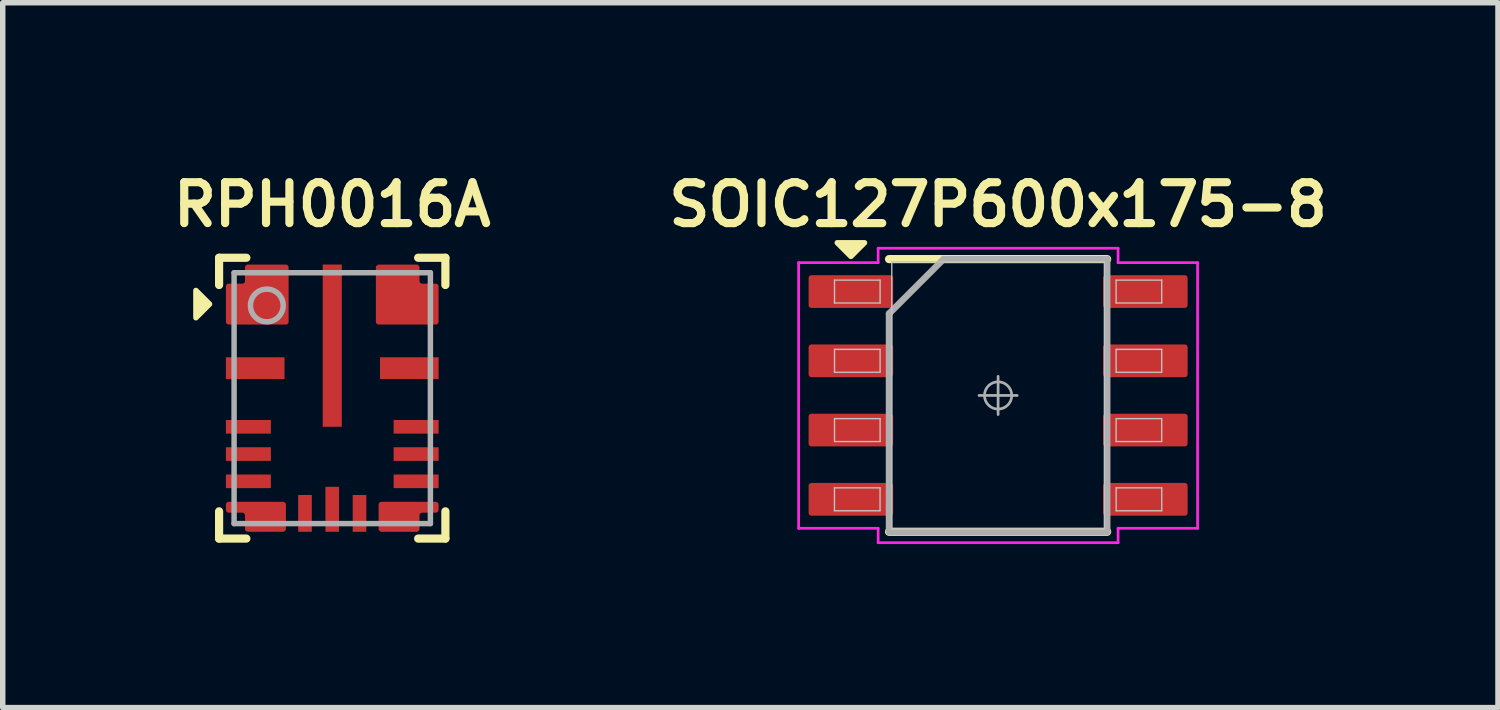
<source format=kicad_pcb>
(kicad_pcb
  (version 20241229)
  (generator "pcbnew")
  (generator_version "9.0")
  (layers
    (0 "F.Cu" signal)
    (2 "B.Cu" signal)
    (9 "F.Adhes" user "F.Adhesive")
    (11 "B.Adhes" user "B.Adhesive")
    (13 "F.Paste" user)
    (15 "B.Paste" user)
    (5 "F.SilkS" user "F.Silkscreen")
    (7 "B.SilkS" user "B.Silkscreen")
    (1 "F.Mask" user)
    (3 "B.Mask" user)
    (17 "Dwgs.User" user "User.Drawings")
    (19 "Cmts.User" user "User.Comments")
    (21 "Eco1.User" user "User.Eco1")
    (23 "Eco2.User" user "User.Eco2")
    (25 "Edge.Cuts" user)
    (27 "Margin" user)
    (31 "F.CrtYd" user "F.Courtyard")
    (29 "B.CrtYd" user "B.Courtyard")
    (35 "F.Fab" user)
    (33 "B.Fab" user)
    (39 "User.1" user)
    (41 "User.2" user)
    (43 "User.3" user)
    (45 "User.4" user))
  (footprint "RPH0016A"
    (layer "F.Cu")
    (at 3.043 4.252)
    (property "Reference" "RPH0016A" (at 0 -3.55 0) (unlocked yes) (layer "F.SilkS") (effects (font (size 0.75 0.75) (thickness 0.15) (bold yes))))
    (attr smd)
    (fp_line (start -2.075 -2.575) (end -2.075 -2.075) (stroke (width 0.15) (type solid)) (layer "F.SilkS"))
    (fp_line (start -2.075 2.075) (end -2.075 2.575) (stroke (width 0.15) (type solid)) (layer "F.SilkS"))
    (fp_line (start -2.075 2.575) (end -1.575 2.575) (stroke (width 0.15) (type solid)) (layer "F.SilkS"))
    (fp_line (start -1.575 -2.575) (end -2.075 -2.575) (stroke (width 0.15) (type solid)) (layer "F.SilkS"))
    (fp_line (start 1.575 2.575) (end 2.075 2.575) (stroke (width 0.15) (type solid)) (layer "F.SilkS"))
    (fp_line (start 2.075 -2.575) (end 1.575 -2.575) (stroke (width 0.15) (type solid)) (layer "F.SilkS"))
    (fp_line (start 2.075 -2.075) (end 2.075 -2.575) (stroke (width 0.15) (type solid)) (layer "F.SilkS"))
    (fp_line (start 2.075 2.575) (end 2.075 2.075) (stroke (width 0.15) (type solid)) (layer "F.SilkS"))
    (fp_poly (pts (xy -2.25 -1.725) (xy -2.5 -1.475) (xy -2.5 -1.975)) (stroke (width 0.1) (type solid)) (fill yes) (layer "F.SilkS"))
    (fp_rect (start -1.9 1.95) (end -0.9 2.05) (stroke (width 0.1) (type solid)) (fill yes) (layer "F.Paste"))
    (fp_rect (start -1.79 -1.99) (end -0.85 -1.4) (stroke (width 0.1) (type solid)) (fill yes) (layer "F.Paste"))
    (fp_rect (start -1.52 1.95) (end -0.9 2.35) (stroke (width 0.1) (type solid)) (fill yes) (layer "F.Paste"))
    (fp_rect (start -1.49 -2.34) (end -0.85 -1.4) (stroke (width 0.1) (type solid)) (fill yes) (layer "F.Paste"))
    (fp_rect (start 1.49 -2.34) (end 0.85 -1.4) (stroke (width 0.1) (type solid)) (fill yes) (layer "F.Paste"))
    (fp_rect (start 1.52 1.95) (end 0.9 2.35) (stroke (width 0.1) (type solid)) (fill yes) (layer "F.Paste"))
    (fp_rect (start 1.79 -1.99) (end 0.85 -1.4) (stroke (width 0.1) (type solid)) (fill yes) (layer "F.Paste"))
    (fp_rect (start 1.9 1.95) (end 0.9 2.05) (stroke (width 0.1) (type solid)) (fill yes) (layer "F.Paste"))
    (fp_line (start -1.8 -2.3) (end 1.8 -2.3) (stroke (width 0.1) (type solid)) (layer "F.Fab"))
    (fp_line (start -1.8 2.3) (end -1.8 -2.3) (stroke (width 0.1) (type solid)) (layer "F.Fab"))
    (fp_line (start -1.8 2.3) (end 1.8 2.3) (stroke (width 0.1) (type solid)) (layer "F.Fab"))
    (fp_line (start 1.8 2.3) (end 1.8 -2.3) (stroke (width 0.1) (type solid)) (layer "F.Fab"))
    (fp_circle (center -1.2 -1.7) (end -0.9 -1.7) (stroke (width 0.1) (type solid)) (fill no) (layer "F.Fab"))
    (pad "1" smd custom (at -1.375 -1.725) (size 0.75 0.75) (layers "F.Cu" "F.Mask") (options (anchor circle)) (primitives (gr_poly (pts (xy -0.575 -0.325) (xy -0.571 -0.344) (xy -0.56 -0.36) (xy -0.544 -0.371) (xy -0.525 -0.375) (xy 0.525 -0.375) (xy 0.544 -0.371) (xy 0.56 -0.36) (xy 0.571 -0.344) (xy 0.575 -0.325) (xy 0.575 0.325) (xy 0.571 0.344) (xy 0.56 0.36) (xy 0.544 0.371) (xy 0.525 0.375) (xy -0.525 0.375) (xy -0.544 0.371) (xy -0.56 0.36) (xy -0.571 0.344) (xy -0.575 0.325)) (width 0) (fill yes)) (gr_rect (start -0.175 -0.675) (end 0.525 0.325) (width 0.1) (fill yes)) (gr_poly (pts (xy -0.175 -0.425) (xy -0.175 -0.325) (xy -0.275 -0.325) (arc (start -0.275 -0.375) (mid -0.239645 -0.389645) (end -0.225 -0.425))) (width 0) (fill yes))))
    (pad "2" smd rect (at -1.413 -0.55) (size 1.075 0.4) (layers "F.Cu" "F.Mask" "F.Paste"))
    (pad "3" smd rect (at -1.538 0.525) (size 0.825 0.25) (layers "F.Cu" "F.Mask" "F.Paste"))
    (pad "4" smd rect (at -1.538 1.025) (size 0.825 0.25) (layers "F.Cu" "F.Mask" "F.Paste"))
    (pad "5" smd rect (at -1.538 1.525) (size 0.825 0.25) (layers "F.Cu" "F.Mask" "F.Paste"))
    (pad "6" smd custom (at -1.4 2) (size 0.2 0.2) (layers "F.Cu" "F.Mask") (options (anchor circle)) (primitives (gr_rect (start -0.15 -0.05) (end 0.5 0.4) (width 0.1) (fill yes)) (gr_poly (pts (xy -0.55 -0.05) (xy -0.546 -0.069) (xy -0.535 -0.085) (xy -0.519 -0.096) (xy -0.5 -0.1) (xy 0.5 -0.1) (xy 0.519 -0.096) (xy 0.535 -0.085) (xy 0.546 -0.069) (xy 0.55 -0.05) (xy 0.55 0.05) (xy 0.546 0.069) (xy 0.535 0.085) (xy 0.519 0.096) (xy 0.5 0.1) (xy -0.5 0.1) (xy -0.519 0.096) (xy -0.535 0.085) (xy -0.546 0.069) (xy -0.55 0.05)) (width 0) (fill yes)) (gr_poly (pts (xy -0.25 0.05) (xy -0.15 0.05) (xy -0.15 0.15) (arc (start -0.2 0.15) (mid -0.214645 0.114645) (end -0.25 0.1))) (width 0) (fill yes))))
    (pad "7" smd rect (at -0.5 2.113 90) (size 0.675 0.25) (layers "F.Cu" "F.Mask" "F.Paste"))
    (pad "8" smd rect (at 0 2.038 90) (size 0.825 0.25) (layers "F.Cu" "F.Mask" "F.Paste"))
    (pad "9" smd rect (at 0.5 2.113 90) (size 0.675 0.25) (layers "F.Cu" "F.Mask" "F.Paste"))
    (pad "10" smd custom (at 1.4 2) (size 0.2 0.2) (layers "F.Cu" "F.Mask") (options (anchor circle)) (primitives (gr_rect (start -0.5 -0.05) (end 0.15 0.4) (width 0.1) (fill yes)) (gr_poly (pts (xy 0.55 -0.05) (xy 0.546 -0.069) (xy 0.535 -0.085) (xy 0.519 -0.096) (xy 0.5 -0.1) (xy -0.5 -0.1) (xy -0.519 -0.096) (xy -0.535 -0.085) (xy -0.546 -0.069) (xy -0.55 -0.05) (xy -0.55 0.05) (xy -0.546 0.069) (xy -0.535 0.085) (xy -0.519 0.096) (xy -0.5 0.1) (xy 0.5 0.1) (xy 0.519 0.096) (xy 0.535 0.085) (xy 0.546 0.069) (xy 0.55 0.05)) (width 0) (fill yes)) (gr_poly (pts (xy 0.25 0.05) (xy 0.15 0.05) (xy 0.15 0.15) (arc (start 0.2 0.15) (mid 0.214645 0.114645) (end 0.25 0.1))) (width 0) (fill yes))))
    (pad "11" smd rect (at 1.538 1.525) (size 0.825 0.25) (layers "F.Cu" "F.Mask" "F.Paste"))
    (pad "12" smd rect (at 1.538 1.025) (size 0.825 0.25) (layers "F.Cu" "F.Mask" "F.Paste"))
    (pad "13" smd rect (at 1.538 0.525) (size 0.825 0.25) (layers "F.Cu" "F.Mask" "F.Paste"))
    (pad "14" smd rect (at 1.413 -0.55) (size 1.075 0.4) (layers "F.Cu" "F.Mask" "F.Paste"))
    (pad "15" smd custom (at 1.375 -1.725) (size 0.75 0.75) (layers "F.Cu" "F.Mask") (options (anchor circle)) (primitives (gr_poly (pts (xy 0.575 -0.325) (xy 0.571 -0.344) (xy 0.56 -0.36) (xy 0.544 -0.371) (xy 0.525 -0.375) (xy -0.525 -0.375) (xy -0.544 -0.371) (xy -0.56 -0.36) (xy -0.571 -0.344) (xy -0.575 -0.325) (xy -0.575 0.325) (xy -0.571 0.344) (xy -0.56 0.36) (xy -0.544 0.371) (xy -0.525 0.375) (xy 0.525 0.375) (xy 0.544 0.371) (xy 0.56 0.36) (xy 0.571 0.344) (xy 0.575 0.325)) (width 0) (fill yes)) (gr_rect (start -0.525 -0.675) (end 0.175 0.325) (width 0.1) (fill yes)) (gr_poly (pts (xy 0.175 -0.425) (xy 0.175 -0.325) (xy 0.275 -0.325) (arc (start 0.275 -0.375) (mid 0.239645 -0.389645) (end 0.225 -0.425))) (width 0) (fill yes))))
    (pad "16" smd rect (at 0 -0.963 90) (size 2.975 0.35) (layers "F.Cu" "F.Mask" "F.Paste")))
  (footprint "SOIC127P600x175-8"
    (layer "F.Cu")
    (at 15.254 4.202)
    (property "Reference" "SOIC127P600x175-8" (at 0 -3.5 0) (layer "F.SilkS") (effects (font (size 0.75 0.75) (thickness 0.15) (bold yes))))
    (attr smd)
    (fp_line (start -2 -2.5) (end 2 -2.5) (stroke (width 0.15) (type solid)) (layer "F.SilkS"))
    (fp_line (start -2 2.5) (end 2 2.5) (stroke (width 0.15) (type solid)) (layer "F.SilkS"))
    (fp_poly (pts (xy -2.7 -2.55) (xy -2.95 -2.8) (xy -2.45 -2.8)) (stroke (width 0.1) (type solid)) (fill yes) (layer "F.SilkS"))
    (fp_line (start -3.001 1.695) (end -2.165 1.695) (stroke (width 0.025) (type solid)) (layer "Dwgs.User"))
    (fp_line (start -3.001 2.115) (end -3.001 1.695) (stroke (width 0.025) (type solid)) (layer "Dwgs.User"))
    (fp_line (start -3 -2.115) (end -2.164 -2.115) (stroke (width 0.025) (type solid)) (layer "Dwgs.User"))
    (fp_line (start -3 -1.695) (end -3 -2.115) (stroke (width 0.025) (type solid)) (layer "Dwgs.User"))
    (fp_line (start -3 -0.845) (end -2.164 -0.845) (stroke (width 0.025) (type solid)) (layer "Dwgs.User"))
    (fp_line (start -3 -0.425) (end -3 -0.845) (stroke (width 0.025) (type solid)) (layer "Dwgs.User"))
    (fp_line (start -3 0.425) (end -2.164 0.425) (stroke (width 0.025) (type solid)) (layer "Dwgs.User"))
    (fp_line (start -3 0.845) (end -3 0.425) (stroke (width 0.025) (type solid)) (layer "Dwgs.User"))
    (fp_line (start -2.165 1.695) (end -2.165 2.115) (stroke (width 0.025) (type solid)) (layer "Dwgs.User"))
    (fp_line (start -2.165 2.115) (end -3.001 2.115) (stroke (width 0.025) (type solid)) (layer "Dwgs.User"))
    (fp_line (start -2.164 -2.115) (end -2.164 -1.695) (stroke (width 0.025) (type solid)) (layer "Dwgs.User"))
    (fp_line (start -2.164 -1.695) (end -3 -1.695) (stroke (width 0.025) (type solid)) (layer "Dwgs.User"))
    (fp_line (start -2.164 -0.845) (end -2.164 -0.425) (stroke (width 0.025) (type solid)) (layer "Dwgs.User"))
    (fp_line (start -2.164 -0.425) (end -3 -0.425) (stroke (width 0.025) (type solid)) (layer "Dwgs.User"))
    (fp_line (start -2.164 0.425) (end -2.164 0.845) (stroke (width 0.025) (type solid)) (layer "Dwgs.User"))
    (fp_line (start -2.164 0.845) (end -3 0.845) (stroke (width 0.025) (type solid)) (layer "Dwgs.User"))
    (fp_line (start -1.95 -2.45) (end 1.95 -2.45) (stroke (width 0.025) (type solid)) (layer "Dwgs.User"))
    (fp_line (start -1.95 2.45) (end -1.95 -2.45) (stroke (width 0.025) (type solid)) (layer "Dwgs.User"))
    (fp_line (start 1.95 -2.45) (end 1.95 2.45) (stroke (width 0.025) (type solid)) (layer "Dwgs.User"))
    (fp_line (start 1.95 2.45) (end -1.95 2.45) (stroke (width 0.025) (type solid)) (layer "Dwgs.User"))
    (fp_line (start 2.164 -2.115) (end 3 -2.115) (stroke (width 0.025) (type solid)) (layer "Dwgs.User"))
    (fp_line (start 2.164 -1.695) (end 2.164 -2.115) (stroke (width 0.025) (type solid)) (layer "Dwgs.User"))
    (fp_line (start 2.164 -0.845) (end 3 -0.845) (stroke (width 0.025) (type solid)) (layer "Dwgs.User"))
    (fp_line (start 2.164 -0.425) (end 2.164 -0.845) (stroke (width 0.025) (type solid)) (layer "Dwgs.User"))
    (fp_line (start 2.164 0.425) (end 3 0.425) (stroke (width 0.025) (type solid)) (layer "Dwgs.User"))
    (fp_line (start 2.164 0.845) (end 2.164 0.425) (stroke (width 0.025) (type solid)) (layer "Dwgs.User"))
    (fp_line (start 2.165 1.695) (end 3.001 1.695) (stroke (width 0.025) (type solid)) (layer "Dwgs.User"))
    (fp_line (start 2.165 2.115) (end 2.165 1.695) (stroke (width 0.025) (type solid)) (layer "Dwgs.User"))
    (fp_line (start 3 -2.115) (end 3 -1.695) (stroke (width 0.025) (type solid)) (layer "Dwgs.User"))
    (fp_line (start 3 -1.695) (end 2.164 -1.695) (stroke (width 0.025) (type solid)) (layer "Dwgs.User"))
    (fp_line (start 3 -0.845) (end 3 -0.425) (stroke (width 0.025) (type solid)) (layer "Dwgs.User"))
    (fp_line (start 3 -0.425) (end 2.164 -0.425) (stroke (width 0.025) (type solid)) (layer "Dwgs.User"))
    (fp_line (start 3 0.425) (end 3 0.845) (stroke (width 0.025) (type solid)) (layer "Dwgs.User"))
    (fp_line (start 3 0.845) (end 2.164 0.845) (stroke (width 0.025) (type solid)) (layer "Dwgs.User"))
    (fp_line (start 3.001 1.695) (end 3.001 2.115) (stroke (width 0.025) (type solid)) (layer "Dwgs.User"))
    (fp_line (start 3.001 2.115) (end 2.165 2.115) (stroke (width 0.025) (type solid)) (layer "Dwgs.User"))
    (fp_line (start -3.658 -2.436) (end -3.658 2.436) (stroke (width 0.05) (type solid)) (layer "F.CrtYd"))
    (fp_line (start -3.658 2.436) (end -2.2 2.436) (stroke (width 0.05) (type solid)) (layer "F.CrtYd"))
    (fp_line (start -2.2 -2.7) (end -2.2 -2.436) (stroke (width 0.05) (type solid)) (layer "F.CrtYd"))
    (fp_line (start -2.2 -2.436) (end -3.658 -2.436) (stroke (width 0.05) (type solid)) (layer "F.CrtYd"))
    (fp_line (start -2.2 2.436) (end -2.2 2.7) (stroke (width 0.05) (type solid)) (layer "F.CrtYd"))
    (fp_line (start -2.2 2.7) (end 2.2 2.7) (stroke (width 0.05) (type solid)) (layer "F.CrtYd"))
    (fp_line (start 2.2 -2.7) (end -2.2 -2.7) (stroke (width 0.05) (type solid)) (layer "F.CrtYd"))
    (fp_line (start 2.2 -2.436) (end 2.2 -2.7) (stroke (width 0.05) (type solid)) (layer "F.CrtYd"))
    (fp_line (start 2.2 2.436) (end 3.658 2.436) (stroke (width 0.05) (type solid)) (layer "F.CrtYd"))
    (fp_line (start 2.2 2.7) (end 2.2 2.436) (stroke (width 0.05) (type solid)) (layer "F.CrtYd"))
    (fp_line (start 3.658 -2.436) (end 2.2 -2.436) (stroke (width 0.05) (type solid)) (layer "F.CrtYd"))
    (fp_line (start 3.658 2.436) (end 3.658 -2.436) (stroke (width 0.05) (type solid)) (layer "F.CrtYd"))
    (fp_line (start -2 -1.5) (end -1 -2.5) (stroke (width 0.12) (type solid)) (layer "F.Fab"))
    (fp_line (start -2 2.5) (end -2 -1.5) (stroke (width 0.12) (type solid)) (layer "F.Fab"))
    (fp_line (start -1 -2.5) (end 2 -2.5) (stroke (width 0.12) (type solid)) (layer "F.Fab"))
    (fp_line (start 0 -0.35) (end 0 0.35) (stroke (width 0.05) (type solid)) (layer "F.Fab"))
    (fp_line (start 0.35 0) (end -0.35 0) (stroke (width 0.05) (type solid)) (layer "F.Fab"))
    (fp_line (start 2 -2.5) (end 2 2.5) (stroke (width 0.12) (type solid)) (layer "F.Fab"))
    (fp_line (start 2 2.5) (end -2 2.5) (stroke (width 0.12) (type solid)) (layer "F.Fab"))
    (fp_circle (center 0 0) (end 0 0.25) (stroke (width 0.05) (type solid)) (fill no) (layer "F.Fab"))
    (pad "1" smd roundrect (at -2.7 -1.905) (size 1.55 0.6) (layers "F.Cu" "F.Mask" "F.Paste") (roundrect_rratio 0.083))
    (pad "2" smd roundrect (at -2.7 -0.635) (size 1.55 0.6) (layers "F.Cu" "F.Mask" "F.Paste") (roundrect_rratio 0.083))
    (pad "3" smd roundrect (at -2.7 0.635) (size 1.55 0.6) (layers "F.Cu" "F.Mask" "F.Paste") (roundrect_rratio 0.083))
    (pad "4" smd roundrect (at -2.7 1.905) (size 1.55 0.6) (layers "F.Cu" "F.Mask" "F.Paste") (roundrect_rratio 0.083))
    (pad "5" smd roundrect (at 2.7 1.905) (size 1.55 0.6) (layers "F.Cu" "F.Mask" "F.Paste") (roundrect_rratio 0.083))
    (pad "6" smd roundrect (at 2.7 0.635) (size 1.55 0.6) (layers "F.Cu" "F.Mask" "F.Paste") (roundrect_rratio 0.083))
    (pad "7" smd roundrect (at 2.7 -0.635) (size 1.55 0.6) (layers "F.Cu" "F.Mask" "F.Paste") (roundrect_rratio 0.083))
    (pad "8" smd roundrect (at 2.7 -1.905) (size 1.55 0.6) (layers "F.Cu" "F.Mask" "F.Paste") (roundrect_rratio 0.083)))
  (gr_rect
    (start -3 -3)
    (end 24.421 9.927)
    (stroke (width 0.1) (type default))
    (fill no)
    (layer "Edge.Cuts")))
</source>
